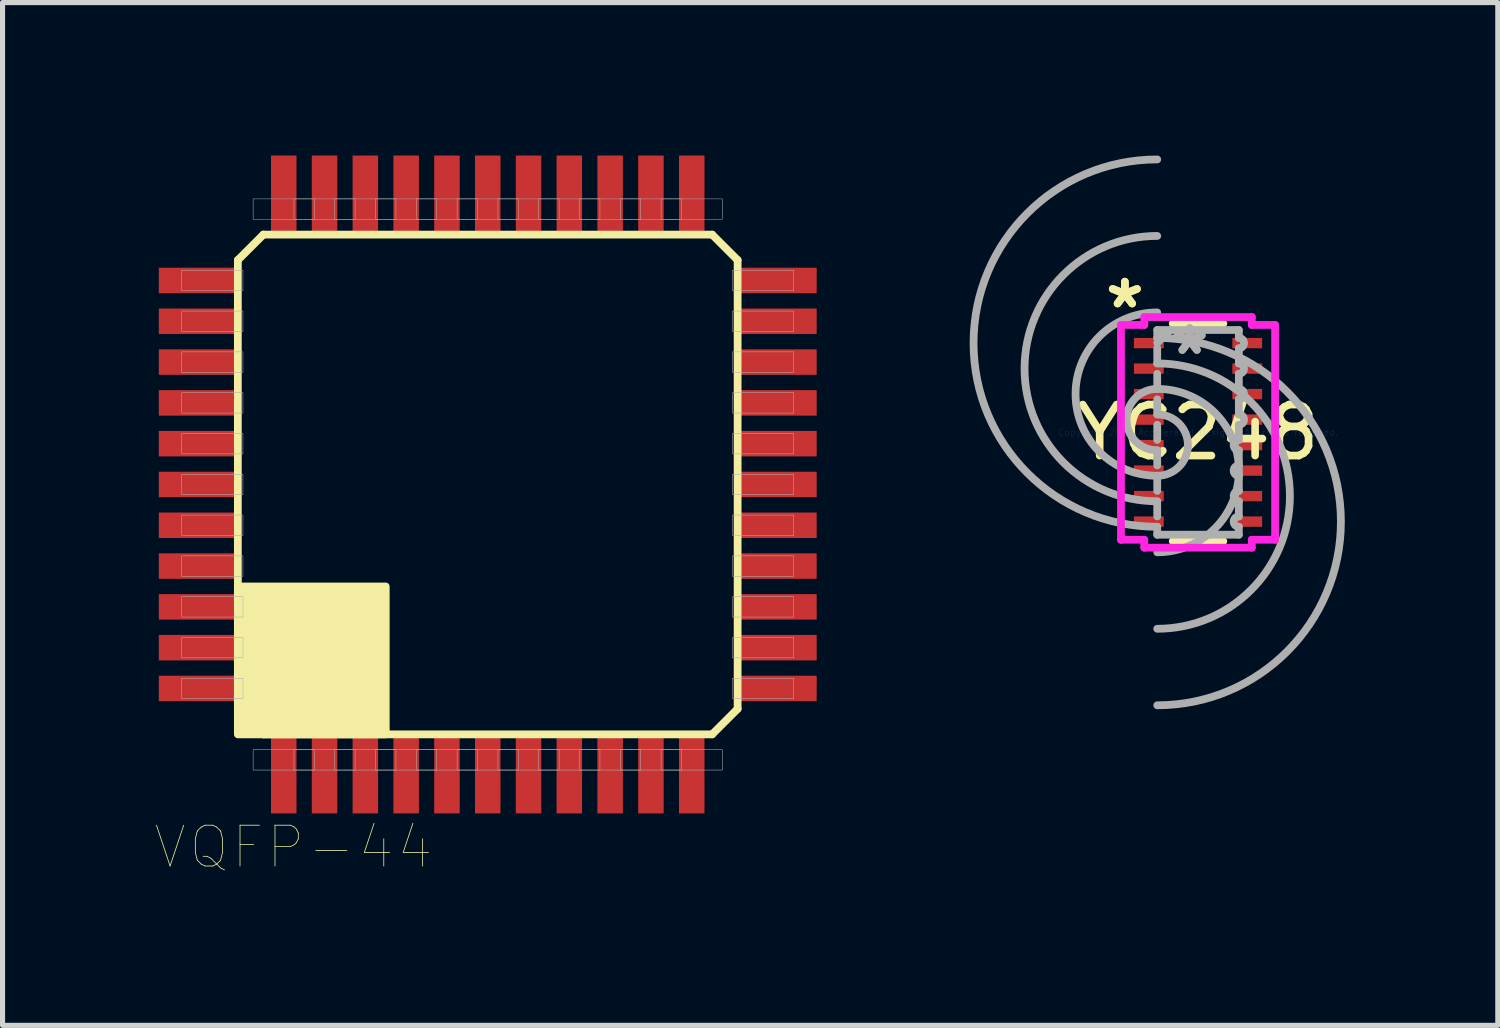
<source format=kicad_pcb>
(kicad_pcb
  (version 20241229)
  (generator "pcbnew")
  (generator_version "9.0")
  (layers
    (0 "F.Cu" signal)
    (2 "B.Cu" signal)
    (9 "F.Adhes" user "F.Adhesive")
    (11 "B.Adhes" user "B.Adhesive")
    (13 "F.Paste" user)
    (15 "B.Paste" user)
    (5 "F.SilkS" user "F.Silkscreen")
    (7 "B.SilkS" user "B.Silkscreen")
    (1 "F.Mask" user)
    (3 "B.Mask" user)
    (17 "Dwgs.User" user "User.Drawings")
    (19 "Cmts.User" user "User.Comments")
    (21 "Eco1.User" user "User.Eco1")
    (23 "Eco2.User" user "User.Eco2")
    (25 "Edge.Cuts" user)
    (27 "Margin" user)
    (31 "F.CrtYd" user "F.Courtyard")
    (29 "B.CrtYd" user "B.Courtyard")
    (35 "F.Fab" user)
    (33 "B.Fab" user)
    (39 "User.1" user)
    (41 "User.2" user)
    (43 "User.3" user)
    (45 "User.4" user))
  (footprint "VQFP-44"
    (layer "F.Cu")
    (at 6.514 6.45)
    (property "Reference" "VQFP-44" (at -3.81 7.112 0) (layer "F.SilkS") (effects (font (size 0.8 0.8) (thickness 0.015))))
    (attr through_hole)
    (fp_line (start -4.9 -4.4) (end -4.4 -4.9) (stroke (width 0.152) (type solid)) (layer "F.SilkS"))
    (fp_line (start -4.9 4.4) (end -4.9 -4.4) (stroke (width 0.152) (type solid)) (layer "F.SilkS"))
    (fp_line (start -4.4 -4.9) (end 4.4 -4.9) (stroke (width 0.152) (type solid)) (layer "F.SilkS"))
    (fp_line (start -4.4 4.9) (end -4.9 4.4) (stroke (width 0.152) (type solid)) (layer "F.SilkS"))
    (fp_line (start 4.4 -4.9) (end 4.9 -4.4) (stroke (width 0.152) (type solid)) (layer "F.SilkS"))
    (fp_line (start 4.4 4.9) (end -4.4 4.9) (stroke (width 0.152) (type solid)) (layer "F.SilkS"))
    (fp_line (start 4.9 -4.4) (end 4.9 4.4) (stroke (width 0.152) (type solid)) (layer "F.SilkS"))
    (fp_line (start 4.9 4.4) (end 4.4 4.9) (stroke (width 0.152) (type solid)) (layer "F.SilkS"))
    (fp_poly (pts (xy -4.9 4.9) (xy -4.9 2) (xy -2 2) (xy -2 4.9)) (stroke (width 0.152) (type solid)) (fill yes) (layer "F.SilkS"))
    (fp_poly (pts (xy -6 -4.2) (xy -4.8 -4.2) (xy -4.8 -3.8) (xy -6 -3.8)) (stroke (width 0.01) (type solid)) (fill no) (layer "F.Fab"))
    (fp_poly (pts (xy -6 -3.4) (xy -4.8 -3.4) (xy -4.8 -3) (xy -6 -3)) (stroke (width 0.01) (type solid)) (fill no) (layer "F.Fab"))
    (fp_poly (pts (xy -6 -2.6) (xy -4.8 -2.6) (xy -4.8 -2.2) (xy -6 -2.2)) (stroke (width 0.01) (type solid)) (fill no) (layer "F.Fab"))
    (fp_poly (pts (xy -6 -1.8) (xy -4.8 -1.8) (xy -4.8 -1.4) (xy -6 -1.4)) (stroke (width 0.01) (type solid)) (fill no) (layer "F.Fab"))
    (fp_poly (pts (xy -6 -1) (xy -4.8 -1) (xy -4.8 -0.6) (xy -6 -0.6)) (stroke (width 0.01) (type solid)) (fill no) (layer "F.Fab"))
    (fp_poly (pts (xy -6 -0.2) (xy -4.8 -0.2) (xy -4.8 0.2) (xy -6 0.2)) (stroke (width 0.01) (type solid)) (fill no) (layer "F.Fab"))
    (fp_poly (pts (xy -6 0.6) (xy -4.8 0.6) (xy -4.8 1) (xy -6 1)) (stroke (width 0.01) (type solid)) (fill no) (layer "F.Fab"))
    (fp_poly (pts (xy -6 1.4) (xy -4.8 1.4) (xy -4.8 1.8) (xy -6 1.8)) (stroke (width 0.01) (type solid)) (fill no) (layer "F.Fab"))
    (fp_poly (pts (xy -6 2.2) (xy -4.8 2.2) (xy -4.8 2.6) (xy -6 2.6)) (stroke (width 0.01) (type solid)) (fill no) (layer "F.Fab"))
    (fp_poly (pts (xy -6 3) (xy -4.8 3) (xy -4.8 3.4) (xy -6 3.4)) (stroke (width 0.01) (type solid)) (fill no) (layer "F.Fab"))
    (fp_poly (pts (xy -6 3.8) (xy -4.8 3.8) (xy -4.8 4.2) (xy -6 4.2)) (stroke (width 0.01) (type solid)) (fill no) (layer "F.Fab"))
    (fp_poly (pts (xy -4.6 -5.6) (xy -3.4 -5.6) (xy -3.4 -5.2) (xy -4.6 -5.2)) (stroke (width 0.01) (type solid)) (fill no) (layer "F.Fab"))
    (fp_poly (pts (xy -4.6 5.2) (xy -3.4 5.2) (xy -3.4 5.6) (xy -4.6 5.6)) (stroke (width 0.01) (type solid)) (fill no) (layer "F.Fab"))
    (fp_poly (pts (xy -3.8 -5.6) (xy -2.6 -5.6) (xy -2.6 -5.2) (xy -3.8 -5.2)) (stroke (width 0.01) (type solid)) (fill no) (layer "F.Fab"))
    (fp_poly (pts (xy -3.8 5.2) (xy -2.6 5.2) (xy -2.6 5.6) (xy -3.8 5.6)) (stroke (width 0.01) (type solid)) (fill no) (layer "F.Fab"))
    (fp_poly (pts (xy -3 -5.6) (xy -1.8 -5.6) (xy -1.8 -5.2) (xy -3 -5.2)) (stroke (width 0.01) (type solid)) (fill no) (layer "F.Fab"))
    (fp_poly (pts (xy -3 5.2) (xy -1.8 5.2) (xy -1.8 5.6) (xy -3 5.6)) (stroke (width 0.01) (type solid)) (fill no) (layer "F.Fab"))
    (fp_poly (pts (xy -2.2 -5.6) (xy -1 -5.6) (xy -1 -5.2) (xy -2.2 -5.2)) (stroke (width 0.01) (type solid)) (fill no) (layer "F.Fab"))
    (fp_poly (pts (xy -2.2 5.2) (xy -1 5.2) (xy -1 5.6) (xy -2.2 5.6)) (stroke (width 0.01) (type solid)) (fill no) (layer "F.Fab"))
    (fp_poly (pts (xy -1.4 -5.6) (xy -0.2 -5.6) (xy -0.2 -5.2) (xy -1.4 -5.2)) (stroke (width 0.01) (type solid)) (fill no) (layer "F.Fab"))
    (fp_poly (pts (xy -1.4 5.2) (xy -0.2 5.2) (xy -0.2 5.6) (xy -1.4 5.6)) (stroke (width 0.01) (type solid)) (fill no) (layer "F.Fab"))
    (fp_poly (pts (xy -0.6 -5.6) (xy 0.6 -5.6) (xy 0.6 -5.2) (xy -0.6 -5.2)) (stroke (width 0.01) (type solid)) (fill no) (layer "F.Fab"))
    (fp_poly (pts (xy -0.6 5.2) (xy 0.6 5.2) (xy 0.6 5.6) (xy -0.6 5.6)) (stroke (width 0.01) (type solid)) (fill no) (layer "F.Fab"))
    (fp_poly (pts (xy 0.2 -5.6) (xy 1.4 -5.6) (xy 1.4 -5.2) (xy 0.2 -5.2)) (stroke (width 0.01) (type solid)) (fill no) (layer "F.Fab"))
    (fp_poly (pts (xy 0.2 5.2) (xy 1.4 5.2) (xy 1.4 5.6) (xy 0.2 5.6)) (stroke (width 0.01) (type solid)) (fill no) (layer "F.Fab"))
    (fp_poly (pts (xy 1 -5.6) (xy 2.2 -5.6) (xy 2.2 -5.2) (xy 1 -5.2)) (stroke (width 0.01) (type solid)) (fill no) (layer "F.Fab"))
    (fp_poly (pts (xy 1 5.2) (xy 2.2 5.2) (xy 2.2 5.6) (xy 1 5.6)) (stroke (width 0.01) (type solid)) (fill no) (layer "F.Fab"))
    (fp_poly (pts (xy 1.8 -5.6) (xy 3 -5.6) (xy 3 -5.2) (xy 1.8 -5.2)) (stroke (width 0.01) (type solid)) (fill no) (layer "F.Fab"))
    (fp_poly (pts (xy 1.8 5.2) (xy 3 5.2) (xy 3 5.6) (xy 1.8 5.6)) (stroke (width 0.01) (type solid)) (fill no) (layer "F.Fab"))
    (fp_poly (pts (xy 2.6 -5.6) (xy 3.8 -5.6) (xy 3.8 -5.2) (xy 2.6 -5.2)) (stroke (width 0.01) (type solid)) (fill no) (layer "F.Fab"))
    (fp_poly (pts (xy 2.6 5.2) (xy 3.8 5.2) (xy 3.8 5.6) (xy 2.6 5.6)) (stroke (width 0.01) (type solid)) (fill no) (layer "F.Fab"))
    (fp_poly (pts (xy 3.4 -5.6) (xy 4.6 -5.6) (xy 4.6 -5.2) (xy 3.4 -5.2)) (stroke (width 0.01) (type solid)) (fill no) (layer "F.Fab"))
    (fp_poly (pts (xy 3.4 5.2) (xy 4.6 5.2) (xy 4.6 5.6) (xy 3.4 5.6)) (stroke (width 0.01) (type solid)) (fill no) (layer "F.Fab"))
    (fp_poly (pts (xy 4.8 -4.2) (xy 6 -4.2) (xy 6 -3.8) (xy 4.8 -3.8)) (stroke (width 0.01) (type solid)) (fill no) (layer "F.Fab"))
    (fp_poly (pts (xy 4.8 -3.4) (xy 6 -3.4) (xy 6 -3) (xy 4.8 -3)) (stroke (width 0.01) (type solid)) (fill no) (layer "F.Fab"))
    (fp_poly (pts (xy 4.8 -2.6) (xy 6 -2.6) (xy 6 -2.2) (xy 4.8 -2.2)) (stroke (width 0.01) (type solid)) (fill no) (layer "F.Fab"))
    (fp_poly (pts (xy 4.8 -1.8) (xy 6 -1.8) (xy 6 -1.4) (xy 4.8 -1.4)) (stroke (width 0.01) (type solid)) (fill no) (layer "F.Fab"))
    (fp_poly (pts (xy 4.8 -1) (xy 6 -1) (xy 6 -0.6) (xy 4.8 -0.6)) (stroke (width 0.01) (type solid)) (fill no) (layer "F.Fab"))
    (fp_poly (pts (xy 4.8 -0.2) (xy 6 -0.2) (xy 6 0.2) (xy 4.8 0.2)) (stroke (width 0.01) (type solid)) (fill no) (layer "F.Fab"))
    (fp_poly (pts (xy 4.8 0.6) (xy 6 0.6) (xy 6 1) (xy 4.8 1)) (stroke (width 0.01) (type solid)) (fill no) (layer "F.Fab"))
    (fp_poly (pts (xy 4.8 1.4) (xy 6 1.4) (xy 6 1.8) (xy 4.8 1.8)) (stroke (width 0.01) (type solid)) (fill no) (layer "F.Fab"))
    (fp_poly (pts (xy 4.8 2.2) (xy 6 2.2) (xy 6 2.6) (xy 4.8 2.6)) (stroke (width 0.01) (type solid)) (fill no) (layer "F.Fab"))
    (fp_poly (pts (xy 4.8 3) (xy 6 3) (xy 6 3.4) (xy 4.8 3.4)) (stroke (width 0.01) (type solid)) (fill no) (layer "F.Fab"))
    (fp_poly (pts (xy 4.8 3.8) (xy 6 3.8) (xy 6 4.2) (xy 4.8 4.2)) (stroke (width 0.01) (type solid)) (fill no) (layer "F.Fab"))
    (pad "1" smd rect (at -4 5.7) (size 0.5 1.5) (layers "F.Cu" "F.Mask" "F.Paste"))
    (pad "2" smd rect (at -3.2 5.7) (size 0.5 1.5) (layers "F.Cu" "F.Mask" "F.Paste"))
    (pad "3" smd rect (at -2.4 5.7) (size 0.5 1.5) (layers "F.Cu" "F.Mask" "F.Paste"))
    (pad "4" smd rect (at -1.6 5.7) (size 0.5 1.5) (layers "F.Cu" "F.Mask" "F.Paste"))
    (pad "5" smd rect (at -0.8 5.7) (size 0.5 1.5) (layers "F.Cu" "F.Mask" "F.Paste"))
    (pad "6" smd rect (at 0 5.7) (size 0.5 1.5) (layers "F.Cu" "F.Mask" "F.Paste"))
    (pad "7" smd rect (at 0.8 5.7) (size 0.5 1.5) (layers "F.Cu" "F.Mask" "F.Paste"))
    (pad "8" smd rect (at 1.6 5.7) (size 0.5 1.5) (layers "F.Cu" "F.Mask" "F.Paste"))
    (pad "9" smd rect (at 2.4 5.7) (size 0.5 1.5) (layers "F.Cu" "F.Mask" "F.Paste"))
    (pad "10" smd rect (at 3.2 5.7) (size 0.5 1.5) (layers "F.Cu" "F.Mask" "F.Paste"))
    (pad "11" smd rect (at 4 5.7) (size 0.5 1.5) (layers "F.Cu" "F.Mask" "F.Paste"))
    (pad "12" smd rect (at 5.7 4) (size 1.5 0.5) (layers "F.Cu" "F.Mask" "F.Paste"))
    (pad "13" smd rect (at 5.7 3.2) (size 1.5 0.5) (layers "F.Cu" "F.Mask" "F.Paste"))
    (pad "14" smd rect (at 5.7 2.4) (size 1.5 0.5) (layers "F.Cu" "F.Mask" "F.Paste"))
    (pad "15" smd rect (at 5.7 1.6) (size 1.5 0.5) (layers "F.Cu" "F.Mask" "F.Paste"))
    (pad "16" smd rect (at 5.7 0.8) (size 1.5 0.5) (layers "F.Cu" "F.Mask" "F.Paste"))
    (pad "17" smd rect (at 5.7 0) (size 1.5 0.5) (layers "F.Cu" "F.Mask" "F.Paste"))
    (pad "18" smd rect (at 5.7 -0.8) (size 1.5 0.5) (layers "F.Cu" "F.Mask" "F.Paste"))
    (pad "19" smd rect (at 5.7 -1.6) (size 1.5 0.5) (layers "F.Cu" "F.Mask" "F.Paste"))
    (pad "20" smd rect (at 5.7 -2.4) (size 1.5 0.5) (layers "F.Cu" "F.Mask" "F.Paste"))
    (pad "21" smd rect (at 5.7 -3.2) (size 1.5 0.5) (layers "F.Cu" "F.Mask" "F.Paste"))
    (pad "22" smd rect (at 5.7 -4) (size 1.5 0.5) (layers "F.Cu" "F.Mask" "F.Paste"))
    (pad "23" smd rect (at 4 -5.7) (size 0.5 1.5) (layers "F.Cu" "F.Mask" "F.Paste"))
    (pad "24" smd rect (at 3.2 -5.7) (size 0.5 1.5) (layers "F.Cu" "F.Mask" "F.Paste"))
    (pad "25" smd rect (at 2.4 -5.7) (size 0.5 1.5) (layers "F.Cu" "F.Mask" "F.Paste"))
    (pad "26" smd rect (at 1.6 -5.7) (size 0.5 1.5) (layers "F.Cu" "F.Mask" "F.Paste"))
    (pad "27" smd rect (at 0.8 -5.7) (size 0.5 1.5) (layers "F.Cu" "F.Mask" "F.Paste"))
    (pad "28" smd rect (at 0 -5.7) (size 0.5 1.5) (layers "F.Cu" "F.Mask" "F.Paste"))
    (pad "29" smd rect (at -0.8 -5.7) (size 0.5 1.5) (layers "F.Cu" "F.Mask" "F.Paste"))
    (pad "30" smd rect (at -1.6 -5.7) (size 0.5 1.5) (layers "F.Cu" "F.Mask" "F.Paste"))
    (pad "31" smd rect (at -2.4 -5.7) (size 0.5 1.5) (layers "F.Cu" "F.Mask" "F.Paste"))
    (pad "32" smd rect (at -3.2 -5.7) (size 0.5 1.5) (layers "F.Cu" "F.Mask" "F.Paste"))
    (pad "33" smd rect (at -4 -5.7) (size 0.5 1.5) (layers "F.Cu" "F.Mask" "F.Paste"))
    (pad "34" smd rect (at -5.7 -4) (size 1.5 0.5) (layers "F.Cu" "F.Mask" "F.Paste"))
    (pad "35" smd rect (at -5.7 -3.2) (size 1.5 0.5) (layers "F.Cu" "F.Mask" "F.Paste"))
    (pad "36" smd rect (at -5.7 -2.4) (size 1.5 0.5) (layers "F.Cu" "F.Mask" "F.Paste"))
    (pad "37" smd rect (at -5.7 -1.6) (size 1.5 0.5) (layers "F.Cu" "F.Mask" "F.Paste"))
    (pad "38" smd rect (at -5.7 -0.8) (size 1.5 0.5) (layers "F.Cu" "F.Mask" "F.Paste"))
    (pad "39" smd rect (at -5.7 0) (size 1.5 0.5) (layers "F.Cu" "F.Mask" "F.Paste"))
    (pad "40" smd rect (at -5.7 0.8) (size 1.5 0.5) (layers "F.Cu" "F.Mask" "F.Paste"))
    (pad "41" smd rect (at -5.7 1.6) (size 1.5 0.5) (layers "F.Cu" "F.Mask" "F.Paste"))
    (pad "42" smd rect (at -5.7 2.4) (size 1.5 0.5) (layers "F.Cu" "F.Mask" "F.Paste"))
    (pad "43" smd rect (at -5.7 3.2) (size 1.5 0.5) (layers "F.Cu" "F.Mask" "F.Paste"))
    (pad "44" smd rect (at -5.7 4) (size 1.5 0.5) (layers "F.Cu" "F.Mask" "F.Paste")))
  (footprint "YC248"
    (layer "F.Cu")
    (at 20.442 5.428)
    (property "Reference" "YC248" (at 0 0 0) (layer "F.SilkS") (effects (font (size 1 1) (thickness 0.15))))
    (attr through_hole)
    (fp_line (start -0.496 -2.134) (end 0.496 -2.134) (stroke (width 0.152) (type solid)) (layer "F.SilkS"))
    (fp_line (start -0.496 2.134) (end 0.496 2.134) (stroke (width 0.152) (type solid)) (layer "F.SilkS"))
    (fp_line (start -1.511 -2.106) (end -1.054 -2.106) (stroke (width 0.152) (type solid)) (layer "F.CrtYd"))
    (fp_line (start -1.511 2.106) (end -1.511 -2.106) (stroke (width 0.152) (type solid)) (layer "F.CrtYd"))
    (fp_line (start -1.054 -2.261) (end 1.054 -2.261) (stroke (width 0.152) (type solid)) (layer "F.CrtYd"))
    (fp_line (start -1.054 -2.106) (end -1.054 -2.261) (stroke (width 0.152) (type solid)) (layer "F.CrtYd"))
    (fp_line (start -1.054 2.106) (end -1.511 2.106) (stroke (width 0.152) (type solid)) (layer "F.CrtYd"))
    (fp_line (start -1.054 2.261) (end -1.054 2.106) (stroke (width 0.152) (type solid)) (layer "F.CrtYd"))
    (fp_line (start 1.054 -2.261) (end 1.054 -2.106) (stroke (width 0.152) (type solid)) (layer "F.CrtYd"))
    (fp_line (start 1.054 -2.106) (end 1.511 -2.106) (stroke (width 0.152) (type solid)) (layer "F.CrtYd"))
    (fp_line (start 1.054 2.106) (end 1.054 2.261) (stroke (width 0.152) (type solid)) (layer "F.CrtYd"))
    (fp_line (start 1.054 2.261) (end -1.054 2.261) (stroke (width 0.152) (type solid)) (layer "F.CrtYd"))
    (fp_line (start 1.511 -2.106) (end 1.511 2.106) (stroke (width 0.152) (type solid)) (layer "F.CrtYd"))
    (fp_line (start 1.511 2.106) (end 1.054 2.106) (stroke (width 0.152) (type solid)) (layer "F.CrtYd"))
    (fp_line (start -0.8 -2.007) (end 0.8 -2.007) (stroke (width 0.152) (type solid)) (layer "F.Fab"))
    (fp_line (start -0.8 -1.852) (end -0.8 -2.007) (stroke (width 0.152) (type solid)) (layer "F.Fab"))
    (fp_line (start -0.8 -1.648) (end -0.8 -1.352) (stroke (width 0.152) (type solid)) (layer "F.Fab"))
    (fp_line (start -0.8 -1.148) (end -0.8 -0.852) (stroke (width 0.152) (type solid)) (layer "F.Fab"))
    (fp_line (start -0.8 -0.648) (end -0.8 -0.352) (stroke (width 0.152) (type solid)) (layer "F.Fab"))
    (fp_line (start -0.8 -0.148) (end -0.8 0.148) (stroke (width 0.152) (type solid)) (layer "F.Fab"))
    (fp_line (start -0.8 0.352) (end -0.8 0.648) (stroke (width 0.152) (type solid)) (layer "F.Fab"))
    (fp_line (start -0.8 0.852) (end -0.8 1.148) (stroke (width 0.152) (type solid)) (layer "F.Fab"))
    (fp_line (start -0.8 1.352) (end -0.8 1.648) (stroke (width 0.152) (type solid)) (layer "F.Fab"))
    (fp_line (start -0.8 1.852) (end -0.8 2.007) (stroke (width 0.152) (type solid)) (layer "F.Fab"))
    (fp_line (start -0.8 2.007) (end 0.8 2.007) (stroke (width 0.152) (type solid)) (layer "F.Fab"))
    (fp_line (start -0.546 -2.007) (end -0.8 -1.753) (stroke (width 0.152) (type solid)) (layer "F.Fab"))
    (fp_line (start 0.8 -1.852) (end 0.8 -2.007) (stroke (width 0.152) (type solid)) (layer "F.Fab"))
    (fp_line (start 0.8 -1.648) (end 0.8 -1.352) (stroke (width 0.152) (type solid)) (layer "F.Fab"))
    (fp_line (start 0.8 -1.148) (end 0.8 -0.852) (stroke (width 0.152) (type solid)) (layer "F.Fab"))
    (fp_line (start 0.8 -0.648) (end 0.8 -0.352) (stroke (width 0.152) (type solid)) (layer "F.Fab"))
    (fp_line (start 0.8 -0.148) (end 0.8 0.148) (stroke (width 0.152) (type solid)) (layer "F.Fab"))
    (fp_line (start 0.8 0.352) (end 0.8 0.648) (stroke (width 0.152) (type solid)) (layer "F.Fab"))
    (fp_line (start 0.8 0.852) (end 0.8 1.148) (stroke (width 0.152) (type solid)) (layer "F.Fab"))
    (fp_line (start 0.8 1.352) (end 0.8 1.648) (stroke (width 0.152) (type solid)) (layer "F.Fab"))
    (fp_line (start 0.8 1.852) (end 0.8 2.007) (stroke (width 0.152) (type solid)) (layer "F.Fab"))
    (fp_arc (start -0.8001 -1.851599) (mid 2.801498 1.749999) (end -0.8001 5.351597) (stroke (width 0.1524) (type solid)) (layer "F.Fab"))
    (fp_arc (start -0.8001 -1.3516) (mid 1.8015 1.25) (end -0.8001 3.8516) (stroke (width 0.1524) (type solid)) (layer "F.Fab"))
    (fp_arc (start -0.8001 -0.851601) (mid 0.801502 0.750001) (end -0.8001 2.351603) (stroke (width 0.1524) (type solid)) (layer "F.Fab"))
    (fp_arc (start -0.8001 -0.351599) (mid -0.198501 0.25) (end -0.8001 0.851599) (stroke (width 0.1524) (type solid)) (layer "F.Fab"))
    (fp_arc (start -0.8001 0.351599) (mid -1.401699 -0.25) (end -0.8001 -0.851599) (stroke (width 0.1524) (type solid)) (layer "F.Fab"))
    (fp_arc (start -0.8001 0.851601) (mid -2.401702 -0.750001) (end -0.8001 -2.351603) (stroke (width 0.1524) (type solid)) (layer "F.Fab"))
    (fp_arc (start -0.8001 1.3516) (mid -3.4017 -1.25) (end -0.8001 -3.8516) (stroke (width 0.1524) (type solid)) (layer "F.Fab"))
    (fp_arc (start -0.8001 1.851599) (mid -4.401698 -1.749999) (end -0.8001 -5.351597) (stroke (width 0.1524) (type solid)) (layer "F.Fab"))
    (fp_arc (start 0.8001 -1.851599) (mid 0.9017 -1.749999) (end 0.8001 -1.648399) (stroke (width 0.1524) (type solid)) (layer "F.Fab"))
    (fp_arc (start 0.8001 -1.3516) (mid 0.9017 -1.25) (end 0.8001 -1.1484) (stroke (width 0.1524) (type solid)) (layer "F.Fab"))
    (fp_arc (start 0.8001 -0.851601) (mid 0.9017 -0.750001) (end 0.8001 -0.648401) (stroke (width 0.1524) (type solid)) (layer "F.Fab"))
    (fp_arc (start 0.8001 -0.351599) (mid 0.901699 -0.25) (end 0.8001 -0.148401) (stroke (width 0.1524) (type solid)) (layer "F.Fab"))
    (fp_arc (start 0.8001 0.351599) (mid 0.698501 0.25) (end 0.8001 0.148401) (stroke (width 0.1524) (type solid)) (layer "F.Fab"))
    (fp_arc (start 0.8001 0.851601) (mid 0.6985 0.750001) (end 0.8001 0.648401) (stroke (width 0.1524) (type solid)) (layer "F.Fab"))
    (fp_arc (start 0.8001 1.3516) (mid 0.6985 1.25) (end 0.8001 1.1484) (stroke (width 0.1524) (type solid)) (layer "F.Fab"))
    (fp_arc (start 0.8001 1.851599) (mid 0.6985 1.749999) (end 0.8001 1.648399) (stroke (width 0.1524) (type solid)) (layer "F.Fab"))
    (fp_text user "*" (at -1.435 -2.41 0) (layer "F.SilkS") (effects (font (size 1 1) (thickness 0.15))))
    (fp_text user "*" (at -1.435 -2.41 0) (layer "F.SilkS") (effects (font (size 1 1) (thickness 0.15))))
    (fp_text user "Copyright 2016 Accelerated Designs. All rights reserved." (at 0 0 0) (layer "Cmts.User") (effects (font (size 0.127 0.127) (thickness 0.002))))
    (fp_text user "*" (at -0.165 -1.499 0) (layer "F.Fab") (effects (font (size 1 1) (thickness 0.15))))
    (fp_text user "*" (at -0.165 -1.499 0) (layer "F.Fab") (effects (font (size 1 1) (thickness 0.15))))
    (pad "1" smd rect (at -0.965 -1.75) (size 0.584 0.203) (layers "F.Cu" "F.Mask" "F.Paste"))
    (pad "2" smd rect (at -0.965 -1.25) (size 0.584 0.203) (layers "F.Cu" "F.Mask" "F.Paste"))
    (pad "3" smd rect (at -0.965 -0.75) (size 0.584 0.203) (layers "F.Cu" "F.Mask" "F.Paste"))
    (pad "4" smd rect (at -0.965 -0.25) (size 0.584 0.203) (layers "F.Cu" "F.Mask" "F.Paste"))
    (pad "5" smd rect (at -0.965 0.25) (size 0.584 0.203) (layers "F.Cu" "F.Mask" "F.Paste"))
    (pad "6" smd rect (at -0.965 0.75) (size 0.584 0.203) (layers "F.Cu" "F.Mask" "F.Paste"))
    (pad "7" smd rect (at -0.965 1.25) (size 0.584 0.203) (layers "F.Cu" "F.Mask" "F.Paste"))
    (pad "8" smd rect (at -0.965 1.75) (size 0.584 0.203) (layers "F.Cu" "F.Mask" "F.Paste"))
    (pad "9" smd rect (at 0.965 1.75) (size 0.584 0.203) (layers "F.Cu" "F.Mask" "F.Paste"))
    (pad "10" smd rect (at 0.965 1.25) (size 0.584 0.203) (layers "F.Cu" "F.Mask" "F.Paste"))
    (pad "11" smd rect (at 0.965 0.75) (size 0.584 0.203) (layers "F.Cu" "F.Mask" "F.Paste"))
    (pad "12" smd rect (at 0.965 0.25) (size 0.584 0.203) (layers "F.Cu" "F.Mask" "F.Paste"))
    (pad "13" smd rect (at 0.965 -0.25) (size 0.584 0.203) (layers "F.Cu" "F.Mask" "F.Paste"))
    (pad "14" smd rect (at 0.965 -0.75) (size 0.584 0.203) (layers "F.Cu" "F.Mask" "F.Paste"))
    (pad "15" smd rect (at 0.965 -1.25) (size 0.584 0.203) (layers "F.Cu" "F.Mask" "F.Paste"))
    (pad "16" smd rect (at 0.965 -1.75) (size 0.584 0.203) (layers "F.Cu" "F.Mask" "F.Paste")))
  (gr_rect
    (start -3 -3)
    (end 26.32 17.056)
    (stroke (width 0.1) (type default))
    (fill no)
    (layer "Edge.Cuts")))
</source>
